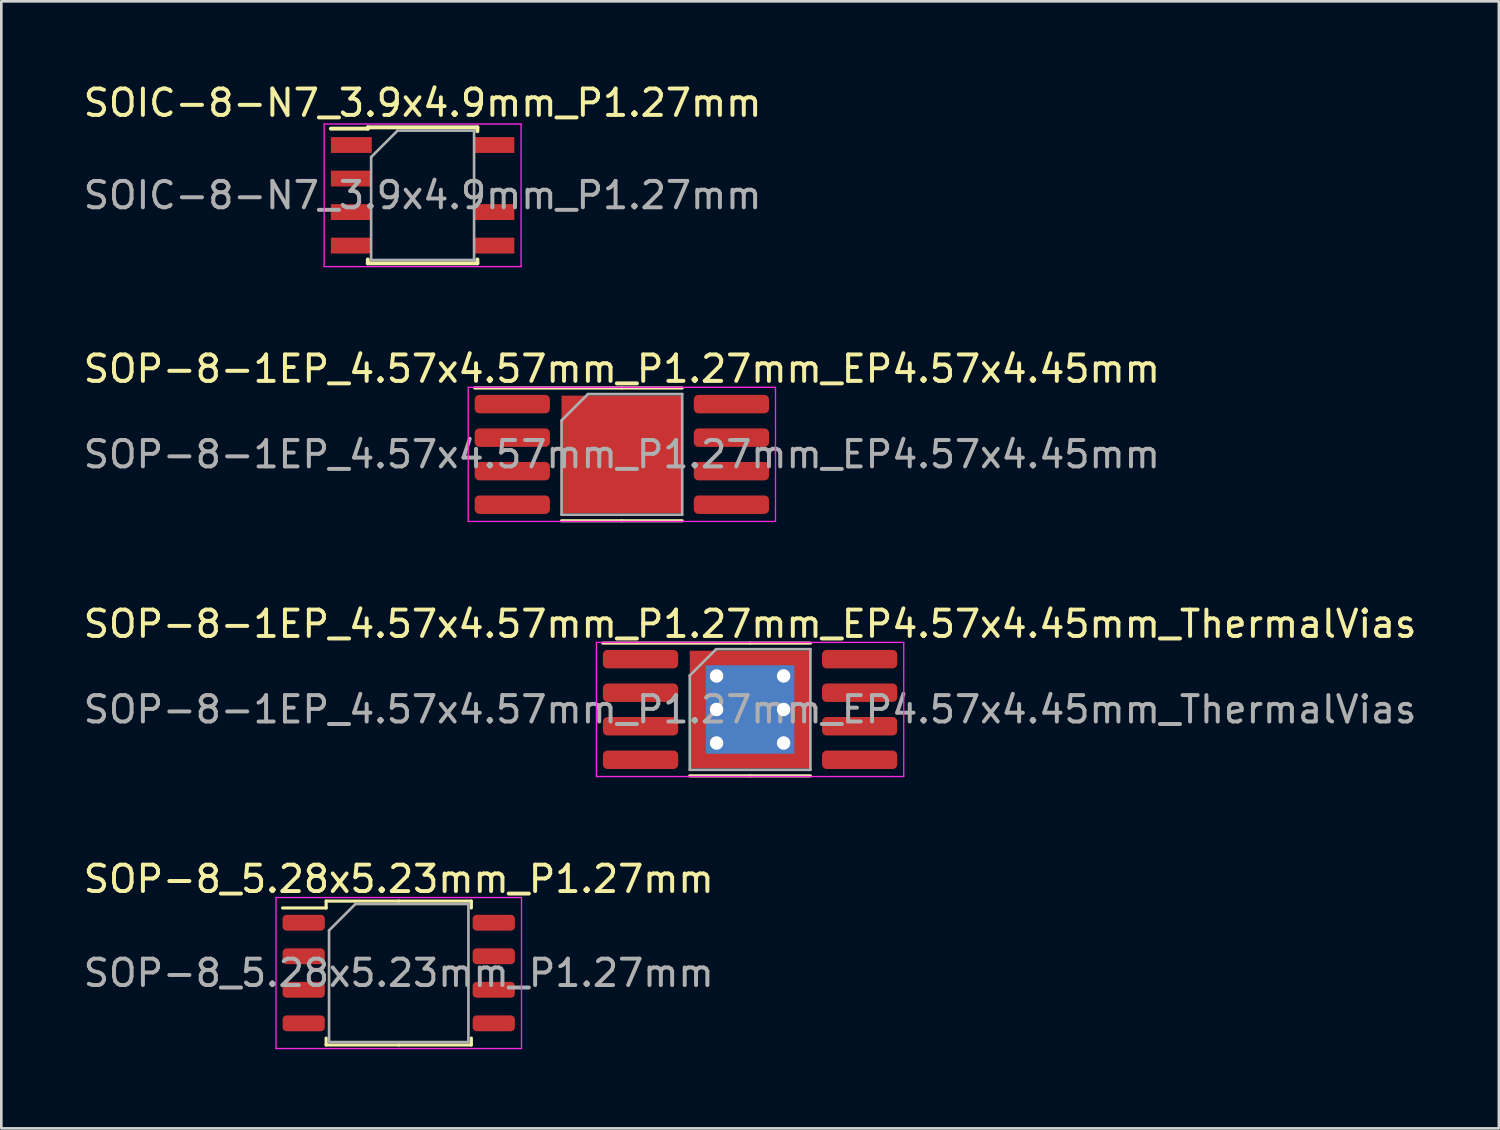
<source format=kicad_pcb>
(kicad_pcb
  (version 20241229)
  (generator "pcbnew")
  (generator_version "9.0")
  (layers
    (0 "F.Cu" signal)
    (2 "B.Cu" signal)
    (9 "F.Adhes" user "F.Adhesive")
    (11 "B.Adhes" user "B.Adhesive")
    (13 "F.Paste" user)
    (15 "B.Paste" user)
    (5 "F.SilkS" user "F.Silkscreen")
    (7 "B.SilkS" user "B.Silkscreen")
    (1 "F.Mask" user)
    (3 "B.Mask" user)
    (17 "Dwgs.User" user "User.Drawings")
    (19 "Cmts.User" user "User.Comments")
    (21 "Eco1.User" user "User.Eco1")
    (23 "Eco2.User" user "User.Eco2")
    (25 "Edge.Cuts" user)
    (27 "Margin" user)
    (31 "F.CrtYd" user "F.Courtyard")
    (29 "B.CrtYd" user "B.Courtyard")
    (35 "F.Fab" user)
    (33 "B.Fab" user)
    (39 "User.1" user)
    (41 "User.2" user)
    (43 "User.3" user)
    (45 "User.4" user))
  (footprint "SOP-8-1EP_4.57x4.57mm_P1.27mm_EP4.57x4.45mm"
    (layer "F.Cu")
    (at 20.506 14.162)
    (property "Reference" "SOP-8-1EP_4.57x4.57mm_P1.27mm_EP4.57x4.45mm" (at 0 -3.24 0) (layer "F.SilkS") (effects (font (size 1 1) (thickness 0.15))))
    (attr smd)
    (fp_line (start 0 -2.515) (end -5.575 -2.515) (stroke (width 0.12) (type solid)) (layer "F.SilkS"))
    (fp_line (start 0 -2.515) (end 2.285 -2.515) (stroke (width 0.12) (type solid)) (layer "F.SilkS"))
    (fp_line (start 0 2.515) (end -2.285 2.515) (stroke (width 0.12) (type solid)) (layer "F.SilkS"))
    (fp_line (start 0 2.515) (end 2.285 2.515) (stroke (width 0.12) (type solid)) (layer "F.SilkS"))
    (fp_line (start -5.82 -2.54) (end -5.82 2.54) (stroke (width 0.05) (type solid)) (layer "F.CrtYd"))
    (fp_line (start -5.82 2.54) (end 5.82 2.54) (stroke (width 0.05) (type solid)) (layer "F.CrtYd"))
    (fp_line (start 5.82 -2.54) (end -5.82 -2.54) (stroke (width 0.05) (type solid)) (layer "F.CrtYd"))
    (fp_line (start 5.82 2.54) (end 5.82 -2.54) (stroke (width 0.05) (type solid)) (layer "F.CrtYd"))
    (fp_line (start -2.285 -1.285) (end -1.285 -2.285) (stroke (width 0.1) (type solid)) (layer "F.Fab"))
    (fp_line (start -2.285 2.285) (end -2.285 -1.285) (stroke (width 0.1) (type solid)) (layer "F.Fab"))
    (fp_line (start -1.285 -2.285) (end 2.285 -2.285) (stroke (width 0.1) (type solid)) (layer "F.Fab"))
    (fp_line (start 2.285 -2.285) (end 2.285 2.285) (stroke (width 0.1) (type solid)) (layer "F.Fab"))
    (fp_line (start 2.285 2.285) (end -2.285 2.285) (stroke (width 0.1) (type solid)) (layer "F.Fab"))
    (fp_text user "${REFERENCE}" (at 0 0 0) (layer "F.Fab") (effects (font (size 1 1) (thickness 0.15))))
    (pad "" smd roundrect (at -1.14 -1.11) (size 1.84 1.79) (layers "F.Paste") (roundrect_rratio 0.14))
    (pad "" smd roundrect (at -1.14 1.11) (size 1.84 1.79) (layers "F.Paste") (roundrect_rratio 0.14))
    (pad "" smd roundrect (at 1.14 -1.11) (size 1.84 1.79) (layers "F.Paste") (roundrect_rratio 0.14))
    (pad "" smd roundrect (at 1.14 1.11) (size 1.84 1.79) (layers "F.Paste") (roundrect_rratio 0.14))
    (pad "1" smd roundrect (at -4.15 -1.905) (size 2.85 0.7) (layers "F.Cu" "F.Mask" "F.Paste") (roundrect_rratio 0.25))
    (pad "2" smd roundrect (at -4.15 -0.635) (size 2.85 0.7) (layers "F.Cu" "F.Mask" "F.Paste") (roundrect_rratio 0.25))
    (pad "3" smd roundrect (at -4.15 0.635) (size 2.85 0.7) (layers "F.Cu" "F.Mask" "F.Paste") (roundrect_rratio 0.25))
    (pad "4" smd roundrect (at -4.15 1.905) (size 2.85 0.7) (layers "F.Cu" "F.Mask" "F.Paste") (roundrect_rratio 0.25))
    (pad "5" smd roundrect (at 4.15 1.905) (size 2.85 0.7) (layers "F.Cu" "F.Mask" "F.Paste") (roundrect_rratio 0.25))
    (pad "6" smd roundrect (at 4.15 0.635) (size 2.85 0.7) (layers "F.Cu" "F.Mask" "F.Paste") (roundrect_rratio 0.25))
    (pad "7" smd roundrect (at 4.15 -0.635) (size 2.85 0.7) (layers "F.Cu" "F.Mask" "F.Paste") (roundrect_rratio 0.25))
    (pad "8" smd roundrect (at 4.15 -1.905) (size 2.85 0.7) (layers "F.Cu" "F.Mask" "F.Paste") (roundrect_rratio 0.25))
    (pad "9" smd rect (at 0 0) (size 4.57 4.45) (layers "F.Cu" "F.Mask")))
  (footprint "SOP-8-1EP_4.57x4.57mm_P1.27mm_EP4.57x4.45mm_ThermalVias"
    (layer "F.Cu")
    (at 25.363 23.825)
    (property "Reference" "SOP-8-1EP_4.57x4.57mm_P1.27mm_EP4.57x4.45mm_ThermalVias" (at 0 -3.24 0) (layer "F.SilkS") (effects (font (size 1 1) (thickness 0.15))))
    (attr smd)
    (fp_line (start 0 -2.515) (end -5.575 -2.515) (stroke (width 0.12) (type solid)) (layer "F.SilkS"))
    (fp_line (start 0 -2.515) (end 2.285 -2.515) (stroke (width 0.12) (type solid)) (layer "F.SilkS"))
    (fp_line (start 0 2.515) (end -2.285 2.515) (stroke (width 0.12) (type solid)) (layer "F.SilkS"))
    (fp_line (start 0 2.515) (end 2.285 2.515) (stroke (width 0.12) (type solid)) (layer "F.SilkS"))
    (fp_line (start -5.82 -2.54) (end -5.82 2.54) (stroke (width 0.05) (type solid)) (layer "F.CrtYd"))
    (fp_line (start -5.82 2.54) (end 5.82 2.54) (stroke (width 0.05) (type solid)) (layer "F.CrtYd"))
    (fp_line (start 5.82 -2.54) (end -5.82 -2.54) (stroke (width 0.05) (type solid)) (layer "F.CrtYd"))
    (fp_line (start 5.82 2.54) (end 5.82 -2.54) (stroke (width 0.05) (type solid)) (layer "F.CrtYd"))
    (fp_line (start -2.285 -1.285) (end -1.285 -2.285) (stroke (width 0.1) (type solid)) (layer "F.Fab"))
    (fp_line (start -2.285 2.285) (end -2.285 -1.285) (stroke (width 0.1) (type solid)) (layer "F.Fab"))
    (fp_line (start -1.285 -2.285) (end 2.285 -2.285) (stroke (width 0.1) (type solid)) (layer "F.Fab"))
    (fp_line (start 2.285 -2.285) (end 2.285 2.285) (stroke (width 0.1) (type solid)) (layer "F.Fab"))
    (fp_line (start 2.285 2.285) (end -2.285 2.285) (stroke (width 0.1) (type solid)) (layer "F.Fab"))
    (fp_text user "${REFERENCE}" (at 0 0 0) (layer "F.Fab") (effects (font (size 1 1) (thickness 0.15))))
    (pad "" smd roundrect (at -1.14 -1.11) (size 1.91 1.86) (layers "F.Paste") (roundrect_rratio 0.134))
    (pad "" smd roundrect (at -1.14 1.11) (size 1.91 1.86) (layers "F.Paste") (roundrect_rratio 0.134))
    (pad "" smd roundrect (at 1.14 -1.11) (size 1.91 1.86) (layers "F.Paste") (roundrect_rratio 0.134))
    (pad "" smd roundrect (at 1.14 1.11) (size 1.91 1.86) (layers "F.Paste") (roundrect_rratio 0.134))
    (pad "1" smd roundrect (at -4.15 -1.905) (size 2.85 0.7) (layers "F.Cu" "F.Mask" "F.Paste") (roundrect_rratio 0.25))
    (pad "2" smd roundrect (at -4.15 -0.635) (size 2.85 0.7) (layers "F.Cu" "F.Mask" "F.Paste") (roundrect_rratio 0.25))
    (pad "3" smd roundrect (at -4.15 0.635) (size 2.85 0.7) (layers "F.Cu" "F.Mask" "F.Paste") (roundrect_rratio 0.25))
    (pad "4" smd roundrect (at -4.15 1.905) (size 2.85 0.7) (layers "F.Cu" "F.Mask" "F.Paste") (roundrect_rratio 0.25))
    (pad "5" smd roundrect (at 4.15 1.905) (size 2.85 0.7) (layers "F.Cu" "F.Mask" "F.Paste") (roundrect_rratio 0.25))
    (pad "6" smd roundrect (at 4.15 0.635) (size 2.85 0.7) (layers "F.Cu" "F.Mask" "F.Paste") (roundrect_rratio 0.25))
    (pad "7" smd roundrect (at 4.15 -0.635) (size 2.85 0.7) (layers "F.Cu" "F.Mask" "F.Paste") (roundrect_rratio 0.25))
    (pad "8" smd roundrect (at 4.15 -1.905) (size 2.85 0.7) (layers "F.Cu" "F.Mask" "F.Paste") (roundrect_rratio 0.25))
    (pad "9" thru_hole circle (at -1.27 -1.27) (size 0.81 0.81) (drill 0.51) (layers "*.Cu"))
    (pad "9" thru_hole circle (at -1.27 0) (size 0.81 0.81) (drill 0.51) (layers "*.Cu"))
    (pad "9" thru_hole circle (at -1.27 1.27) (size 0.81 0.81) (drill 0.51) (layers "*.Cu"))
    (pad "9" smd rect (at 0 0) (size 3.35 3.35) (layers "B.Cu"))
    (pad "9" smd rect (at 0 0) (size 4.57 4.45) (layers "F.Cu" "F.Mask"))
    (pad "9" thru_hole circle (at 1.27 -1.27) (size 0.81 0.81) (drill 0.51) (layers "*.Cu"))
    (pad "9" thru_hole circle (at 1.27 0) (size 0.81 0.81) (drill 0.51) (layers "*.Cu"))
    (pad "9" thru_hole circle (at 1.27 1.27) (size 0.81 0.81) (drill 0.51) (layers "*.Cu")))
  (footprint "SOP-8_5.28x5.23mm_P1.27mm"
    (layer "F.Cu")
    (at 12.054 33.808)
    (property "Reference" "SOP-8_5.28x5.23mm_P1.27mm" (at 0 -3.56 0) (layer "F.SilkS") (effects (font (size 1 1) (thickness 0.15))))
    (attr smd)
    (fp_line (start -2.75 -2.725) (end -2.75 -2.465) (stroke (width 0.12) (type solid)) (layer "F.SilkS"))
    (fp_line (start -2.75 -2.465) (end -4.4 -2.465) (stroke (width 0.12) (type solid)) (layer "F.SilkS"))
    (fp_line (start -2.75 2.725) (end -2.75 2.465) (stroke (width 0.12) (type solid)) (layer "F.SilkS"))
    (fp_line (start 0 -2.725) (end -2.75 -2.725) (stroke (width 0.12) (type solid)) (layer "F.SilkS"))
    (fp_line (start 0 -2.725) (end 2.75 -2.725) (stroke (width 0.12) (type solid)) (layer "F.SilkS"))
    (fp_line (start 0 2.725) (end -2.75 2.725) (stroke (width 0.12) (type solid)) (layer "F.SilkS"))
    (fp_line (start 0 2.725) (end 2.75 2.725) (stroke (width 0.12) (type solid)) (layer "F.SilkS"))
    (fp_line (start 2.75 -2.725) (end 2.75 -2.465) (stroke (width 0.12) (type solid)) (layer "F.SilkS"))
    (fp_line (start 2.75 2.725) (end 2.75 2.465) (stroke (width 0.12) (type solid)) (layer "F.SilkS"))
    (fp_line (start -4.65 -2.86) (end -4.65 2.86) (stroke (width 0.05) (type solid)) (layer "F.CrtYd"))
    (fp_line (start -4.65 2.86) (end 4.65 2.86) (stroke (width 0.05) (type solid)) (layer "F.CrtYd"))
    (fp_line (start 4.65 -2.86) (end -4.65 -2.86) (stroke (width 0.05) (type solid)) (layer "F.CrtYd"))
    (fp_line (start 4.65 2.86) (end 4.65 -2.86) (stroke (width 0.05) (type solid)) (layer "F.CrtYd"))
    (fp_line (start -2.64 -1.615) (end -1.64 -2.615) (stroke (width 0.1) (type solid)) (layer "F.Fab"))
    (fp_line (start -2.64 2.615) (end -2.64 -1.615) (stroke (width 0.1) (type solid)) (layer "F.Fab"))
    (fp_line (start -1.64 -2.615) (end 2.64 -2.615) (stroke (width 0.1) (type solid)) (layer "F.Fab"))
    (fp_line (start 2.64 -2.615) (end 2.64 2.615) (stroke (width 0.1) (type solid)) (layer "F.Fab"))
    (fp_line (start 2.64 2.615) (end -2.64 2.615) (stroke (width 0.1) (type solid)) (layer "F.Fab"))
    (fp_text user "${REFERENCE}" (at 0 0 0) (layer "F.Fab") (effects (font (size 1 1) (thickness 0.15))))
    (pad "1" smd roundrect (at -3.6 -1.905) (size 1.6 0.6) (layers "F.Cu" "F.Mask" "F.Paste") (roundrect_rratio 0.25))
    (pad "2" smd roundrect (at -3.6 -0.635) (size 1.6 0.6) (layers "F.Cu" "F.Mask" "F.Paste") (roundrect_rratio 0.25))
    (pad "3" smd roundrect (at -3.6 0.635) (size 1.6 0.6) (layers "F.Cu" "F.Mask" "F.Paste") (roundrect_rratio 0.25))
    (pad "4" smd roundrect (at -3.6 1.905) (size 1.6 0.6) (layers "F.Cu" "F.Mask" "F.Paste") (roundrect_rratio 0.25))
    (pad "5" smd roundrect (at 3.6 1.905) (size 1.6 0.6) (layers "F.Cu" "F.Mask" "F.Paste") (roundrect_rratio 0.25))
    (pad "6" smd roundrect (at 3.6 0.635) (size 1.6 0.6) (layers "F.Cu" "F.Mask" "F.Paste") (roundrect_rratio 0.25))
    (pad "7" smd roundrect (at 3.6 -0.635) (size 1.6 0.6) (layers "F.Cu" "F.Mask" "F.Paste") (roundrect_rratio 0.25))
    (pad "8" smd roundrect (at 3.6 -1.905) (size 1.6 0.6) (layers "F.Cu" "F.Mask" "F.Paste") (roundrect_rratio 0.25)))
  (footprint "SOIC-8-N7_3.9x4.9mm_P1.27mm"
    (layer "F.Cu")
    (at 12.958 4.348)
    (property "Reference" "SOIC-8-N7_3.9x4.9mm_P1.27mm" (at 0 -3.5 0) (layer "F.SilkS") (effects (font (size 1 1) (thickness 0.15))))
    (attr smd)
    (fp_line (start -2.075 -2.575) (end -2.075 -2.525) (stroke (width 0.15) (type solid)) (layer "F.SilkS"))
    (fp_line (start -2.075 -2.575) (end 2.075 -2.575) (stroke (width 0.15) (type solid)) (layer "F.SilkS"))
    (fp_line (start -2.075 -2.525) (end -3.475 -2.525) (stroke (width 0.15) (type solid)) (layer "F.SilkS"))
    (fp_line (start -2.075 2.575) (end -2.075 2.43) (stroke (width 0.15) (type solid)) (layer "F.SilkS"))
    (fp_line (start -2.075 2.575) (end 2.075 2.575) (stroke (width 0.15) (type solid)) (layer "F.SilkS"))
    (fp_line (start 2.075 -2.575) (end 2.075 -2.43) (stroke (width 0.15) (type solid)) (layer "F.SilkS"))
    (fp_line (start 2.075 2.575) (end 2.075 2.43) (stroke (width 0.15) (type solid)) (layer "F.SilkS"))
    (fp_line (start -3.73 -2.7) (end -3.73 2.7) (stroke (width 0.05) (type solid)) (layer "F.CrtYd"))
    (fp_line (start -3.73 -2.7) (end 3.73 -2.7) (stroke (width 0.05) (type solid)) (layer "F.CrtYd"))
    (fp_line (start -3.73 2.7) (end 3.73 2.7) (stroke (width 0.05) (type solid)) (layer "F.CrtYd"))
    (fp_line (start 3.73 -2.7) (end 3.73 2.7) (stroke (width 0.05) (type solid)) (layer "F.CrtYd"))
    (fp_line (start -1.95 -1.45) (end -0.95 -2.45) (stroke (width 0.1) (type solid)) (layer "F.Fab"))
    (fp_line (start -1.95 2.45) (end -1.95 -1.45) (stroke (width 0.1) (type solid)) (layer "F.Fab"))
    (fp_line (start -0.95 -2.45) (end 1.95 -2.45) (stroke (width 0.1) (type solid)) (layer "F.Fab"))
    (fp_line (start 1.95 -2.45) (end 1.95 2.45) (stroke (width 0.1) (type solid)) (layer "F.Fab"))
    (fp_line (start 1.95 2.45) (end -1.95 2.45) (stroke (width 0.1) (type solid)) (layer "F.Fab"))
    (fp_text user "${REFERENCE}" (at 0 0 0) (layer "F.Fab") (effects (font (size 1 1) (thickness 0.15))))
    (pad "1" smd rect (at -2.7 -1.905) (size 1.55 0.6) (layers "F.Cu" "F.Mask" "F.Paste"))
    (pad "2" smd rect (at -2.7 -0.635) (size 1.55 0.6) (layers "F.Cu" "F.Mask" "F.Paste"))
    (pad "3" smd rect (at -2.7 0.635) (size 1.55 0.6) (layers "F.Cu" "F.Mask" "F.Paste"))
    (pad "4" smd rect (at -2.7 1.905) (size 1.55 0.6) (layers "F.Cu" "F.Mask" "F.Paste"))
    (pad "5" smd rect (at 2.7 1.905) (size 1.55 0.6) (layers "F.Cu" "F.Mask" "F.Paste"))
    (pad "6" smd rect (at 2.7 0.635) (size 1.55 0.6) (layers "F.Cu" "F.Mask" "F.Paste"))
    (pad "8" smd rect (at 2.7 -1.905) (size 1.55 0.6) (layers "F.Cu" "F.Mask" "F.Paste")))
  (gr_rect
    (start -3 -3)
    (end 53.726 39.693)
    (stroke (width 0.1) (type default))
    (fill no)
    (layer "Edge.Cuts")))
</source>
